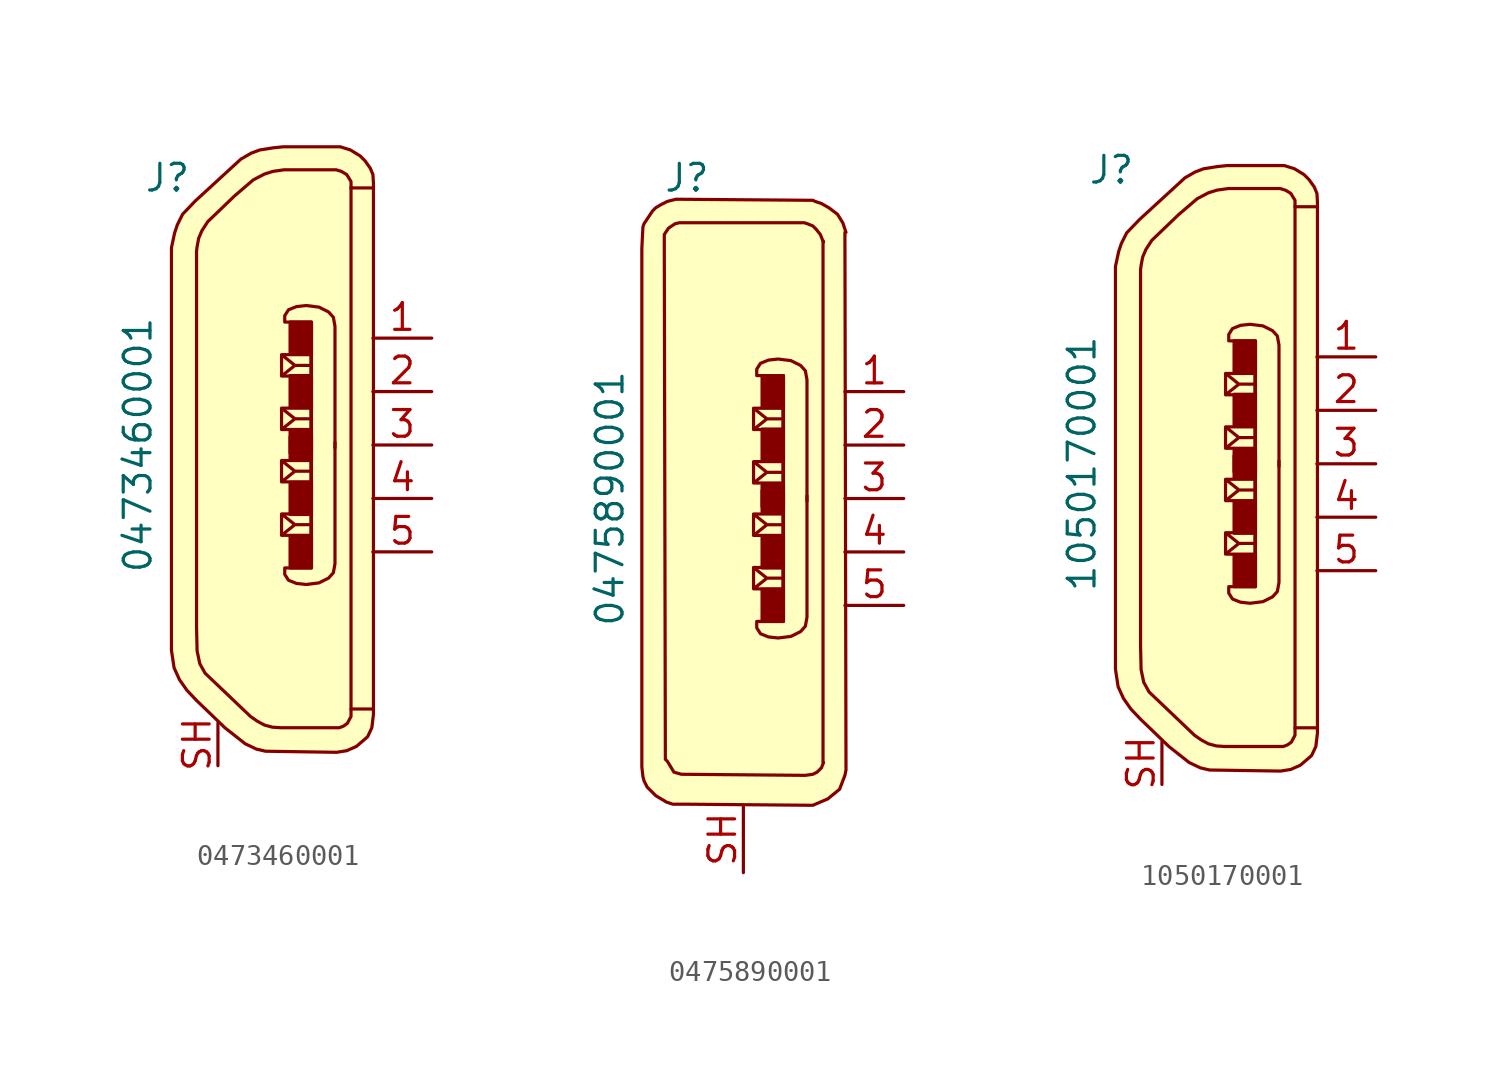
<source format=kicad_sym>
(kicad_symbol_lib
  (version 20201005)
  (generator kicad_symbol_editor)
  (symbol "0473460001"
    (pin_names
      (offset 1.016))
    (property "Reference" "J"
      (at -3.81 12.7 0)
      (effects (font (size 1.27 1.27)) (justify right)))
    (property "Value" "0473460001"
      (at -6.35 0 90)
      (effects (font (size 1.27 1.27))))
    (symbol "0473460001_1_1"
      (rectangle (start 0.889 -4.318) (end 1.905 -5.842) (stroke (width 0)) (fill (type outline)))
      (rectangle (start 0.889 -3.302) (end 1.905 -1.778) (stroke (width 0)) (fill (type outline)))
      (rectangle (start 0.889 -0.635) (end 1.905 0.381) (stroke (width 0)) (fill (type outline)))
      (rectangle (start 0.889 0.635) (end 1.905 -0.381) (stroke (width 0)) (fill (type outline)))
      (rectangle (start 0.889 3.302) (end 1.905 1.778) (stroke (width 0)) (fill (type outline)))
      (rectangle (start 0.889 4.318) (end 1.905 5.842) (stroke (width 0)) (fill (type outline)))
      (polyline (pts (xy 3.785 12.243) (xy 3.785 -12.548)) (stroke (width 0)) (fill (type none)))
      (polyline (pts (xy 0.483 -4.293) (xy 0.483 -3.277) (xy 1.88 -3.277) (xy 1.88 -4.293) (xy 0.483 -4.293) (xy 1.118 -3.785) (xy 0.483 -3.277) (xy 1.88 -3.277) (xy 1.88 -3.785) (xy 1.118 -3.785)) (stroke (width 0)) (fill (type none)))
      (polyline (pts (xy 0.483 -1.753) (xy 0.483 -0.737) (xy 1.88 -0.737) (xy 1.88 -1.753) (xy 0.483 -1.753) (xy 1.118 -1.245) (xy 0.483 -0.737) (xy 1.88 -0.737) (xy 1.88 -1.245) (xy 1.118 -1.245)) (stroke (width 0)) (fill (type none)))
      (polyline (pts (xy 0.483 1.753) (xy 0.483 0.737) (xy 1.88 0.737) (xy 1.88 1.753) (xy 0.483 1.753) (xy 1.118 1.245) (xy 0.483 0.737) (xy 1.88 0.737) (xy 1.88 1.245) (xy 1.118 1.245)) (stroke (width 0)) (fill (type none)))
      (polyline (pts (xy 0.483 4.293) (xy 0.483 3.277) (xy 1.88 3.277) (xy 1.88 4.293) (xy 0.483 4.293) (xy 1.118 3.785) (xy 0.483 3.277) (xy 1.88 3.277) (xy 1.88 3.785) (xy 1.118 3.785)) (stroke (width 0)) (fill (type none)))
      (polyline (pts (xy 1.905 -0.025) (xy 1.905 5.842) (xy 0.635 5.842) (xy 0.635 6.147) (xy 0.813 6.426) (xy 1.194 6.579) (xy 1.651 6.629) (xy 2.261 6.553) (xy 2.718 6.325) (xy 2.946 6.071) (xy 3.023 5.639) (xy 3.023 4.801) (xy 3.023 -0.127)) (stroke (width 0)) (fill (type none)))
      (polyline (pts (xy 1.905 0.025) (xy 1.905 -5.842) (xy 0.635 -5.842) (xy 0.635 -6.147) (xy 0.813 -6.426) (xy 1.194 -6.579) (xy 1.651 -6.629) (xy 2.261 -6.553) (xy 2.718 -6.325) (xy 2.946 -6.071) (xy 3.023 -5.639) (xy 3.023 -4.801) (xy 3.023 0.127)) (stroke (width 0)) (fill (type none)))
      (polyline (pts (xy 4.851 -12.548) (xy 3.835 -12.548) (xy 3.785 -12.548) (xy 3.785 -12.903) (xy 3.607 -13.233) (xy 3.429 -13.36) (xy 3.226 -13.437) (xy 0.457 -13.437) (xy 0.051 -13.411) (xy -0.33 -13.31) (xy -0.66 -13.132) (xy -0.991 -12.903) (xy -3.15 -10.846) (xy -3.404 -10.389) (xy -3.531 -9.779) (xy -3.556 -8.636) (xy -3.556 9.22) (xy -3.531 9.423) (xy -3.454 9.83) (xy -3.302 10.185) (xy -3.023 10.617) (xy -1.753 11.836) (xy -0.864 12.598) (xy -0.33 12.878) (xy 0.076 13.005) (xy 0.61 13.081) (xy 3.073 13.081) (xy 3.327 13.005) (xy 3.581 12.852) (xy 3.785 12.522) (xy 3.785 12.217) (xy 4.851 12.217)) (stroke (width 0)) (fill (type none)))
      (polyline (pts (xy 4.851 -11.481) (xy 4.851 -12.802) (xy 4.775 -13.437) (xy 4.572 -13.868) (xy 4.039 -14.326) (xy 3.581 -14.529) (xy 3.099 -14.605) (xy -0.279 -14.554) (xy -0.711 -14.453) (xy -1.245 -14.199) (xy -2.21 -13.437) (xy -3.556 -12.141) (xy -4.013 -11.659) (xy -4.369 -11.151) (xy -4.623 -10.592) (xy -4.75 -9.754) (xy -4.75 9.373) (xy -4.597 10.084) (xy -4.47 10.465) (xy -4.216 10.973) (xy -3.607 11.608) (xy -1.448 13.589) (xy -0.965 13.868) (xy -0.559 14.021) (xy 0.076 14.122) (xy 0.559 14.173) (xy 3.277 14.173) (xy 3.759 14.021) (xy 4.216 13.741) (xy 4.445 13.513) (xy 4.699 13.157) (xy 4.826 12.852) (xy 4.851 12.446) (xy 4.851 -11.506)) (stroke (width 0)) (fill (type background)))
      (pin passive line (at 7.62 5.08 180) (length 2.794) (name "~" (effects (font (size 1.27 1.27)))) (number "1" (effects (font (size 1.27 1.27)))))
      (pin passive line (at 7.62 2.54 180) (length 2.794) (name "~" (effects (font (size 1.27 1.27)))) (number "2" (effects (font (size 1.27 1.27)))))
      (pin passive line (at 7.62 0 180) (length 2.794) (name "~" (effects (font (size 1.27 1.27)))) (number "3" (effects (font (size 1.27 1.27)))))
      (pin passive line (at 7.62 -2.54 180) (length 2.794) (name "~" (effects (font (size 1.27 1.27)))) (number "4" (effects (font (size 1.27 1.27)))))
      (pin passive line (at 7.62 -5.08 180) (length 2.794) (name "~" (effects (font (size 1.27 1.27)))) (number "5" (effects (font (size 1.27 1.27)))))
      (pin passive line (at -2.54 -15.24 90) (length 2.032) (name "~" (effects (font (size 1.27 1.27)))) (number "SH" (effects (font (size 1.27 1.27)))))))
  (symbol "0475890001"
    (pin_names
      (offset 1.016))
    (property "Reference" "J"
      (at -3.81 15.24 0)
      (effects (font (size 1.27 1.27)) (justify left)))
    (property "Value" "0475890001"
      (at -6.35 0 90)
      (effects (font (size 1.27 1.27))))
    (symbol "0475890001_0_1"
      (polyline (pts (xy 3.81 -12.548) (xy 3.708 -12.802) (xy 3.505 -13.005) (xy 3.302 -13.106) (xy 2.946 -13.157) (xy -2.946 -13.106) (xy -3.302 -13.005) (xy -3.454 -12.751) (xy -3.607 -12.497) (xy -3.708 -12.395) (xy -3.759 12.192) (xy -3.759 12.548) (xy -3.556 12.852) (xy -3.251 13.056) (xy -3.048 13.106) (xy 2.54 13.106) (xy 2.896 13.106) (xy 3.048 13.056) (xy 3.302 12.954) (xy 3.454 12.802) (xy 3.658 12.548) (xy 3.759 12.294) (xy 3.81 12.192)) (stroke (width 0)) (fill (type none)))
      (polyline (pts (xy 4.877 12.649) (xy 4.724 13.106) (xy 4.47 13.513) (xy 4.064 13.818) (xy 3.708 14.021) (xy 3.404 14.122) (xy 3.302 14.173) (xy -3.2 14.224) (xy -3.607 14.122) (xy -3.912 13.97) (xy -4.166 13.818) (xy -4.318 13.665) (xy -4.521 13.36) (xy -4.724 13.056) (xy -4.775 12.903) (xy -4.826 11.887) (xy -4.826 -12.751) (xy -4.775 -13.208) (xy -4.724 -13.411) (xy -4.572 -13.716) (xy -4.166 -14.122) (xy -3.658 -14.427) (xy -3.353 -14.529) (xy -2.642 -14.529) (xy 3.302 -14.58) (xy 4.013 -14.275) (xy 4.572 -13.818) (xy 4.826 -13.157) (xy 4.877 -12.903) (xy 4.826 12.649)) (stroke (width 0)) (fill (type background))))
    (symbol "0475890001_1_1"
      (rectangle (start 0.889 -4.318) (end 1.905 -5.842) (stroke (width 0)) (fill (type outline)))
      (rectangle (start 0.889 -3.302) (end 1.905 -1.778) (stroke (width 0)) (fill (type outline)))
      (rectangle (start 0.889 -0.635) (end 1.905 0.381) (stroke (width 0)) (fill (type outline)))
      (rectangle (start 0.889 0.635) (end 1.905 -0.381) (stroke (width 0)) (fill (type outline)))
      (rectangle (start 0.889 3.302) (end 1.905 1.778) (stroke (width 0)) (fill (type outline)))
      (rectangle (start 0.889 4.318) (end 1.905 5.842) (stroke (width 0)) (fill (type outline)))
      (polyline (pts (xy 3.785 12.243) (xy 3.785 -12.548)) (stroke (width 0)) (fill (type none)))
      (polyline (pts (xy 0.483 -4.293) (xy 0.483 -3.277) (xy 1.88 -3.277) (xy 1.88 -4.293) (xy 0.483 -4.293) (xy 1.118 -3.785) (xy 0.483 -3.277) (xy 1.88 -3.277) (xy 1.88 -3.785) (xy 1.118 -3.785)) (stroke (width 0)) (fill (type none)))
      (polyline (pts (xy 0.483 -1.753) (xy 0.483 -0.737) (xy 1.88 -0.737) (xy 1.88 -1.753) (xy 0.483 -1.753) (xy 1.118 -1.245) (xy 0.483 -0.737) (xy 1.88 -0.737) (xy 1.88 -1.245) (xy 1.118 -1.245)) (stroke (width 0)) (fill (type none)))
      (polyline (pts (xy 0.483 1.753) (xy 0.483 0.737) (xy 1.88 0.737) (xy 1.88 1.753) (xy 0.483 1.753) (xy 1.118 1.245) (xy 0.483 0.737) (xy 1.88 0.737) (xy 1.88 1.245) (xy 1.118 1.245)) (stroke (width 0)) (fill (type none)))
      (polyline (pts (xy 0.483 4.293) (xy 0.483 3.277) (xy 1.88 3.277) (xy 1.88 4.293) (xy 0.483 4.293) (xy 1.118 3.785) (xy 0.483 3.277) (xy 1.88 3.277) (xy 1.88 3.785) (xy 1.118 3.785)) (stroke (width 0)) (fill (type none)))
      (polyline (pts (xy 1.905 -0.025) (xy 1.905 5.842) (xy 0.635 5.842) (xy 0.635 6.147) (xy 0.813 6.426) (xy 1.194 6.579) (xy 1.651 6.629) (xy 2.261 6.553) (xy 2.718 6.325) (xy 2.946 6.071) (xy 3.023 5.639) (xy 3.023 4.801) (xy 3.023 -0.127)) (stroke (width 0)) (fill (type none)))
      (polyline (pts (xy 1.905 0.025) (xy 1.905 -5.842) (xy 0.635 -5.842) (xy 0.635 -6.147) (xy 0.813 -6.426) (xy 1.194 -6.579) (xy 1.651 -6.629) (xy 2.261 -6.553) (xy 2.718 -6.325) (xy 2.946 -6.071) (xy 3.023 -5.639) (xy 3.023 -4.801) (xy 3.023 0.127)) (stroke (width 0)) (fill (type none)))
      (pin passive line (at 7.62 5.08 180) (length 2.794) (name "~" (effects (font (size 1.27 1.27)))) (number "1" (effects (font (size 1.27 1.27)))))
      (pin passive line (at 7.62 2.54 180) (length 2.794) (name "~" (effects (font (size 1.27 1.27)))) (number "2" (effects (font (size 1.27 1.27)))))
      (pin passive line (at 7.62 0 180) (length 2.794) (name "~" (effects (font (size 1.27 1.27)))) (number "3" (effects (font (size 1.27 1.27)))))
      (pin passive line (at 7.62 -2.54 180) (length 2.794) (name "~" (effects (font (size 1.27 1.27)))) (number "4" (effects (font (size 1.27 1.27)))))
      (pin passive line (at 7.62 -5.08 180) (length 2.794) (name "~" (effects (font (size 1.27 1.27)))) (number "5" (effects (font (size 1.27 1.27)))))
      (pin passive line (at 0 -17.78 90) (length 3.175) (name "~" (effects (font (size 1.27 1.27)))) (number "SH" (effects (font (size 1.27 1.27)))))))
  (symbol "1050170001"
    (pin_names
      (offset 1.016))
    (property "Reference" "J"
      (at -3.81 13.97 0)
      (effects (font (size 1.27 1.27)) (justify right)))
    (property "Value" "1050170001"
      (at -6.35 0 90)
      (effects (font (size 1.27 1.27))))
    (symbol "1050170001_1_1"
      (rectangle (start 0.889 -4.318) (end 1.905 -5.842) (stroke (width 0)) (fill (type outline)))
      (rectangle (start 0.889 -3.302) (end 1.905 -1.778) (stroke (width 0)) (fill (type outline)))
      (rectangle (start 0.889 -0.635) (end 1.905 0.381) (stroke (width 0)) (fill (type outline)))
      (rectangle (start 0.889 0.635) (end 1.905 -0.381) (stroke (width 0)) (fill (type outline)))
      (rectangle (start 0.889 3.302) (end 1.905 1.778) (stroke (width 0)) (fill (type outline)))
      (rectangle (start 0.889 4.318) (end 1.905 5.842) (stroke (width 0)) (fill (type outline)))
      (polyline (pts (xy 3.785 12.243) (xy 3.785 -12.548)) (stroke (width 0)) (fill (type none)))
      (polyline (pts (xy 0.483 -4.293) (xy 0.483 -3.277) (xy 1.88 -3.277) (xy 1.88 -4.293) (xy 0.483 -4.293) (xy 1.118 -3.785) (xy 0.483 -3.277) (xy 1.88 -3.277) (xy 1.88 -3.785) (xy 1.118 -3.785)) (stroke (width 0)) (fill (type none)))
      (polyline (pts (xy 0.483 -1.753) (xy 0.483 -0.737) (xy 1.88 -0.737) (xy 1.88 -1.753) (xy 0.483 -1.753) (xy 1.118 -1.245) (xy 0.483 -0.737) (xy 1.88 -0.737) (xy 1.88 -1.245) (xy 1.118 -1.245)) (stroke (width 0)) (fill (type none)))
      (polyline (pts (xy 0.483 1.753) (xy 0.483 0.737) (xy 1.88 0.737) (xy 1.88 1.753) (xy 0.483 1.753) (xy 1.118 1.245) (xy 0.483 0.737) (xy 1.88 0.737) (xy 1.88 1.245) (xy 1.118 1.245)) (stroke (width 0)) (fill (type none)))
      (polyline (pts (xy 0.483 4.293) (xy 0.483 3.277) (xy 1.88 3.277) (xy 1.88 4.293) (xy 0.483 4.293) (xy 1.118 3.785) (xy 0.483 3.277) (xy 1.88 3.277) (xy 1.88 3.785) (xy 1.118 3.785)) (stroke (width 0)) (fill (type none)))
      (polyline (pts (xy 1.905 -0.025) (xy 1.905 5.842) (xy 0.635 5.842) (xy 0.635 6.147) (xy 0.813 6.426) (xy 1.194 6.579) (xy 1.651 6.629) (xy 2.261 6.553) (xy 2.718 6.325) (xy 2.946 6.071) (xy 3.023 5.639) (xy 3.023 4.801) (xy 3.023 -0.127)) (stroke (width 0)) (fill (type none)))
      (polyline (pts (xy 1.905 0.025) (xy 1.905 -5.842) (xy 0.635 -5.842) (xy 0.635 -6.147) (xy 0.813 -6.426) (xy 1.194 -6.579) (xy 1.651 -6.629) (xy 2.261 -6.553) (xy 2.718 -6.325) (xy 2.946 -6.071) (xy 3.023 -5.639) (xy 3.023 -4.801) (xy 3.023 0.127)) (stroke (width 0)) (fill (type none)))
      (polyline (pts (xy 4.851 -12.548) (xy 3.835 -12.548) (xy 3.785 -12.548) (xy 3.785 -12.903) (xy 3.607 -13.233) (xy 3.429 -13.36) (xy 3.226 -13.437) (xy 0.457 -13.437) (xy 0.051 -13.411) (xy -0.33 -13.31) (xy -0.66 -13.132) (xy -0.991 -12.903) (xy -3.15 -10.846) (xy -3.404 -10.389) (xy -3.531 -9.779) (xy -3.556 -8.636) (xy -3.556 9.22) (xy -3.531 9.423) (xy -3.454 9.83) (xy -3.302 10.185) (xy -3.023 10.617) (xy -1.753 11.836) (xy -0.864 12.598) (xy -0.33 12.878) (xy 0.076 13.005) (xy 0.61 13.081) (xy 3.073 13.081) (xy 3.327 13.005) (xy 3.581 12.852) (xy 3.785 12.522) (xy 3.785 12.217) (xy 4.851 12.217)) (stroke (width 0)) (fill (type none)))
      (polyline (pts (xy 4.851 -11.481) (xy 4.851 -12.802) (xy 4.775 -13.437) (xy 4.572 -13.868) (xy 4.039 -14.326) (xy 3.581 -14.529) (xy 3.099 -14.605) (xy -0.279 -14.554) (xy -0.711 -14.453) (xy -1.245 -14.199) (xy -2.21 -13.437) (xy -3.556 -12.141) (xy -4.013 -11.659) (xy -4.369 -11.151) (xy -4.623 -10.592) (xy -4.75 -9.754) (xy -4.75 9.373) (xy -4.597 10.084) (xy -4.47 10.465) (xy -4.216 10.973) (xy -3.607 11.608) (xy -1.448 13.589) (xy -0.965 13.868) (xy -0.559 14.021) (xy 0.076 14.122) (xy 0.559 14.173) (xy 3.277 14.173) (xy 3.759 14.021) (xy 4.216 13.741) (xy 4.445 13.513) (xy 4.699 13.157) (xy 4.826 12.852) (xy 4.851 12.446) (xy 4.851 -11.506)) (stroke (width 0)) (fill (type background)))
      (pin passive line (at 7.62 5.08 180) (length 2.794) (name "~" (effects (font (size 1.27 1.27)))) (number "1" (effects (font (size 1.27 1.27)))))
      (pin passive line (at 7.62 2.54 180) (length 2.794) (name "~" (effects (font (size 1.27 1.27)))) (number "2" (effects (font (size 1.27 1.27)))))
      (pin passive line (at 7.62 0 180) (length 2.794) (name "~" (effects (font (size 1.27 1.27)))) (number "3" (effects (font (size 1.27 1.27)))))
      (pin passive line (at 7.62 -2.54 180) (length 2.794) (name "~" (effects (font (size 1.27 1.27)))) (number "4" (effects (font (size 1.27 1.27)))))
      (pin passive line (at 7.62 -5.08 180) (length 2.794) (name "~" (effects (font (size 1.27 1.27)))) (number "5" (effects (font (size 1.27 1.27)))))
      (pin passive line (at -2.54 -15.24 90) (length 2.032) (name "~" (effects (font (size 1.27 1.27)))) (number "SH" (effects (font (size 1.27 1.27))))))))
</source>
